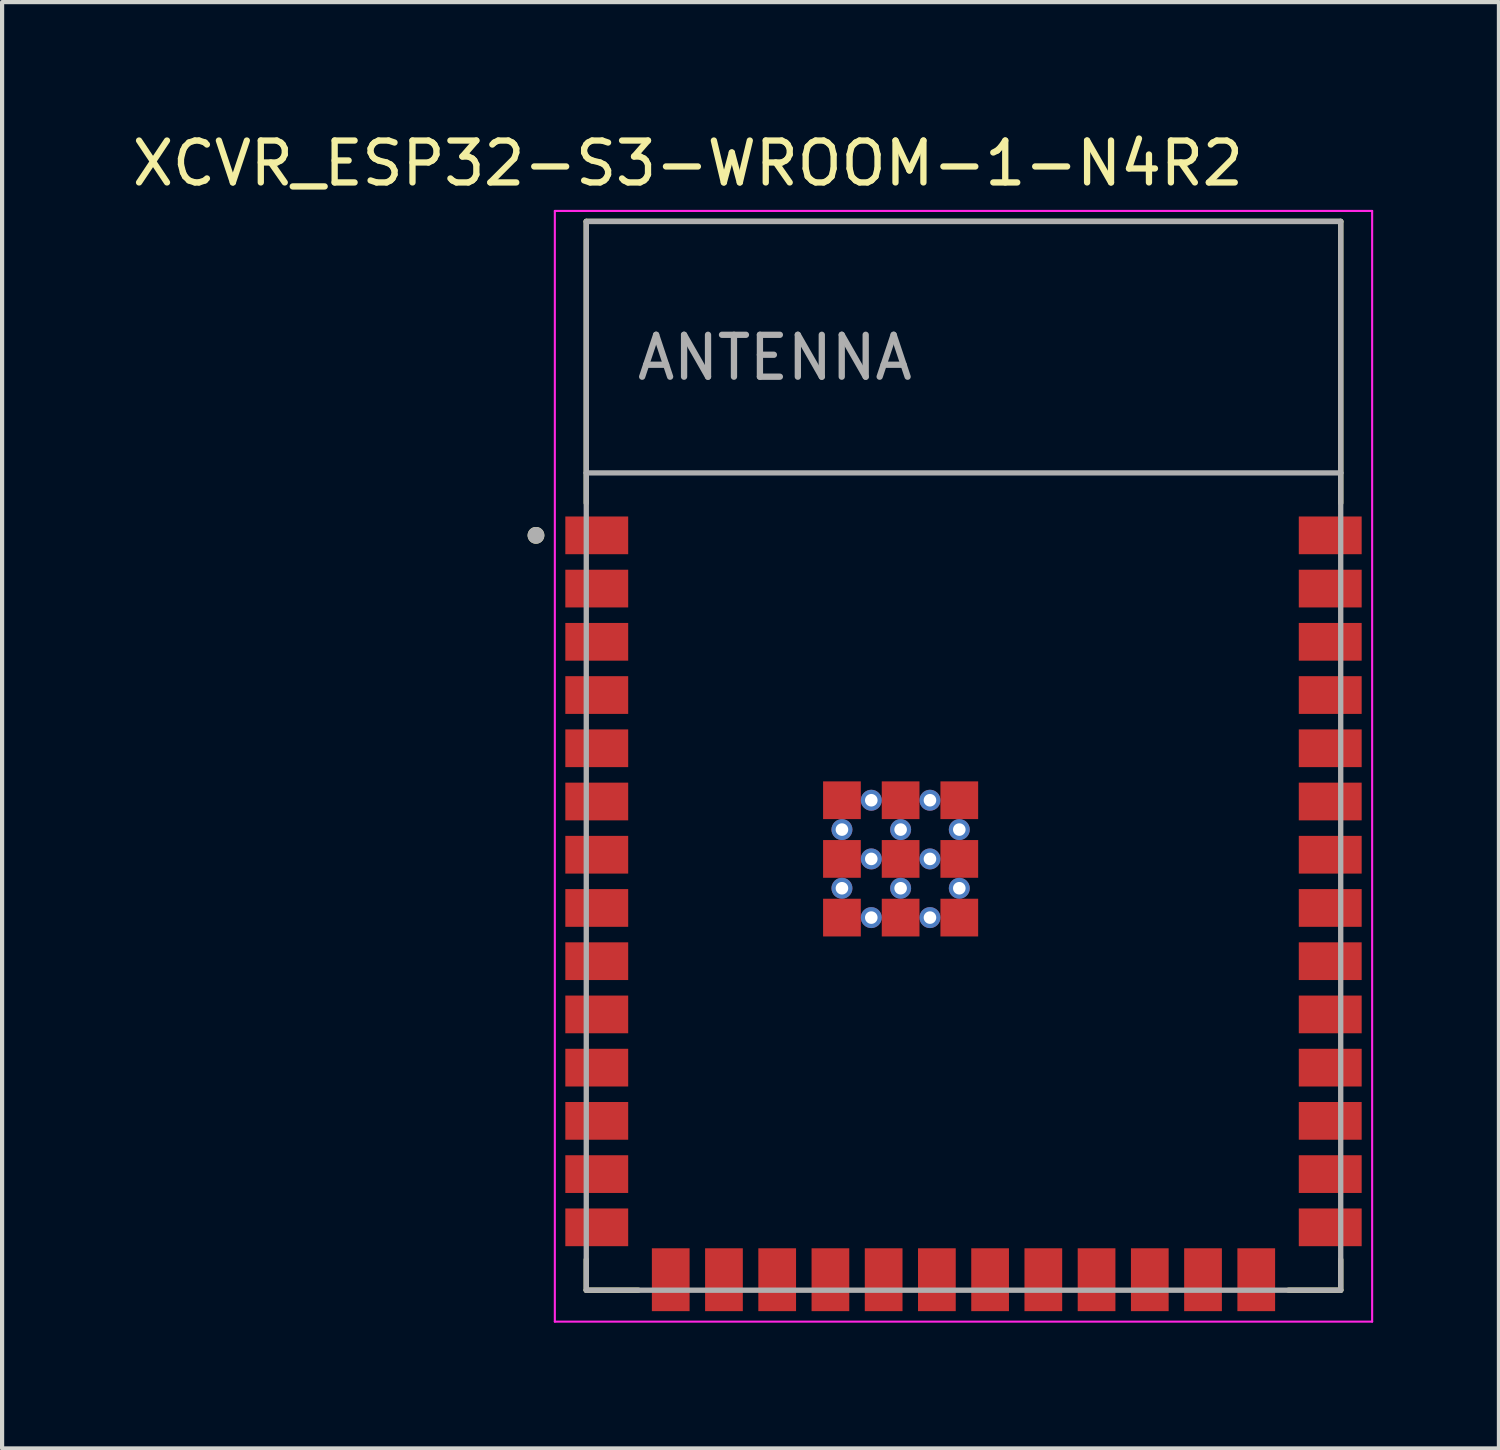
<source format=kicad_pcb>
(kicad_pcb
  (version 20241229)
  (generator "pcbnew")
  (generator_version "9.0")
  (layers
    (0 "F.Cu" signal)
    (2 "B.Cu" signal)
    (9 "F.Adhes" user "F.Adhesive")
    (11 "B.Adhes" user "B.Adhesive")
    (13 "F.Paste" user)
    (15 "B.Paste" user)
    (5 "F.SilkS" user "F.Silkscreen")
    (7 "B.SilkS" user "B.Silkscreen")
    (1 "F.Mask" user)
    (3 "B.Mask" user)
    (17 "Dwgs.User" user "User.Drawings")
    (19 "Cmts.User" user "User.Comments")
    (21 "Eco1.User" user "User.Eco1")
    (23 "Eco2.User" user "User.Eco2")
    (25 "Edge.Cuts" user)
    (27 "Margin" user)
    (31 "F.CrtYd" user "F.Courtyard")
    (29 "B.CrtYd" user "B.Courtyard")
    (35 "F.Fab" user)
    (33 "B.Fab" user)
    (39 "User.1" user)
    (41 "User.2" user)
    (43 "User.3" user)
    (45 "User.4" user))
  (footprint "XCVR_ESP32-S3-WROOM-1-N4R2"
    (layer "F.Cu")
    (at 19.938 14.983)
    (property "Reference" "XCVR_ESP32-S3-WROOM-1-N4R2" (at -6.575 -14.135 0) (layer "F.SilkS") (effects (font (size 1 1) (thickness 0.15))))
    (attr smd)
    (fp_line (start -9 -12.75) (end 9 -12.75) (stroke (width 0.127) (type solid)) (layer "F.SilkS"))
    (fp_line (start -9 -6.03) (end -9 -12.75) (stroke (width 0.127) (type solid)) (layer "F.SilkS"))
    (fp_line (start -9 12.02) (end -9 12.75) (stroke (width 0.127) (type solid)) (layer "F.SilkS"))
    (fp_line (start -9 12.75) (end -7.755 12.75) (stroke (width 0.127) (type solid)) (layer "F.SilkS"))
    (fp_line (start 9 -12.75) (end 9 -6.03) (stroke (width 0.127) (type solid)) (layer "F.SilkS"))
    (fp_line (start 9 12.02) (end 9 12.75) (stroke (width 0.127) (type solid)) (layer "F.SilkS"))
    (fp_line (start 9 12.75) (end 7.755 12.75) (stroke (width 0.127) (type solid)) (layer "F.SilkS"))
    (fp_circle (center -10.2 -5.26) (end -10.1 -5.26) (stroke (width 0.2) (type solid)) (fill no) (layer "F.SilkS"))
    (fp_line (start -9.75 -13) (end 9.75 -13) (stroke (width 0.05) (type solid)) (layer "F.CrtYd"))
    (fp_line (start -9.75 13.5) (end -9.75 -13) (stroke (width 0.05) (type solid)) (layer "F.CrtYd"))
    (fp_line (start -9.75 13.5) (end 9.75 13.5) (stroke (width 0.05) (type solid)) (layer "F.CrtYd"))
    (fp_line (start 9.75 -13) (end 9.75 13.5) (stroke (width 0.05) (type solid)) (layer "F.CrtYd"))
    (fp_line (start -9 -12.75) (end 9 -12.75) (stroke (width 0.127) (type solid)) (layer "F.Fab"))
    (fp_line (start -9 -6.75) (end -9 -12.75) (stroke (width 0.127) (type solid)) (layer "F.Fab"))
    (fp_line (start -9 -6.75) (end 9 -6.75) (stroke (width 0.127) (type solid)) (layer "F.Fab"))
    (fp_line (start -9 12.75) (end -9 -6.75) (stroke (width 0.127) (type solid)) (layer "F.Fab"))
    (fp_line (start 9 -12.75) (end 9 -6.75) (stroke (width 0.127) (type solid)) (layer "F.Fab"))
    (fp_line (start 9 -6.75) (end 9 12.75) (stroke (width 0.127) (type solid)) (layer "F.Fab"))
    (fp_line (start 9 12.75) (end -9 12.75) (stroke (width 0.127) (type solid)) (layer "F.Fab"))
    (fp_circle (center -10.2 -5.26) (end -10.1 -5.26) (stroke (width 0.2) (type solid)) (fill no) (layer "F.Fab"))
    (fp_text user "ANTENNA" (at -4.5 -9.5 0) (layer "F.Fab") (effects (font (size 1 1) (thickness 0.15))))
    (pad "1" smd rect (at -8.75 -5.26) (size 1.5 0.9) (layers "F.Cu" "F.Mask" "F.Paste"))
    (pad "2" smd rect (at -8.75 -3.99) (size 1.5 0.9) (layers "F.Cu" "F.Mask" "F.Paste"))
    (pad "3" smd rect (at -8.75 -2.72) (size 1.5 0.9) (layers "F.Cu" "F.Mask" "F.Paste"))
    (pad "4" smd rect (at -8.75 -1.45) (size 1.5 0.9) (layers "F.Cu" "F.Mask" "F.Paste"))
    (pad "5" smd rect (at -8.75 -0.18) (size 1.5 0.9) (layers "F.Cu" "F.Mask" "F.Paste"))
    (pad "6" smd rect (at -8.75 1.09) (size 1.5 0.9) (layers "F.Cu" "F.Mask" "F.Paste"))
    (pad "7" smd rect (at -8.75 2.36) (size 1.5 0.9) (layers "F.Cu" "F.Mask" "F.Paste"))
    (pad "8" smd rect (at -8.75 3.63) (size 1.5 0.9) (layers "F.Cu" "F.Mask" "F.Paste"))
    (pad "9" smd rect (at -8.75 4.9) (size 1.5 0.9) (layers "F.Cu" "F.Mask" "F.Paste"))
    (pad "10" smd rect (at -8.75 6.17) (size 1.5 0.9) (layers "F.Cu" "F.Mask" "F.Paste"))
    (pad "11" smd rect (at -8.75 7.44) (size 1.5 0.9) (layers "F.Cu" "F.Mask" "F.Paste"))
    (pad "12" smd rect (at -8.75 8.71) (size 1.5 0.9) (layers "F.Cu" "F.Mask" "F.Paste"))
    (pad "13" smd rect (at -8.75 9.98) (size 1.5 0.9) (layers "F.Cu" "F.Mask" "F.Paste"))
    (pad "14" smd rect (at -8.75 11.25) (size 1.5 0.9) (layers "F.Cu" "F.Mask" "F.Paste"))
    (pad "15" smd rect (at -6.985 12.5) (size 0.9 1.5) (layers "F.Cu" "F.Mask" "F.Paste"))
    (pad "16" smd rect (at -5.715 12.5) (size 0.9 1.5) (layers "F.Cu" "F.Mask" "F.Paste"))
    (pad "17" smd rect (at -4.445 12.5) (size 0.9 1.5) (layers "F.Cu" "F.Mask" "F.Paste"))
    (pad "18" smd rect (at -3.175 12.5) (size 0.9 1.5) (layers "F.Cu" "F.Mask" "F.Paste"))
    (pad "19" smd rect (at -1.905 12.5) (size 0.9 1.5) (layers "F.Cu" "F.Mask" "F.Paste"))
    (pad "20" smd rect (at -0.635 12.5) (size 0.9 1.5) (layers "F.Cu" "F.Mask" "F.Paste"))
    (pad "21" smd rect (at 0.635 12.5) (size 0.9 1.5) (layers "F.Cu" "F.Mask" "F.Paste"))
    (pad "22" smd rect (at 1.905 12.5) (size 0.9 1.5) (layers "F.Cu" "F.Mask" "F.Paste"))
    (pad "23" smd rect (at 3.175 12.5) (size 0.9 1.5) (layers "F.Cu" "F.Mask" "F.Paste"))
    (pad "24" smd rect (at 4.445 12.5) (size 0.9 1.5) (layers "F.Cu" "F.Mask" "F.Paste"))
    (pad "25" smd rect (at 5.715 12.5) (size 0.9 1.5) (layers "F.Cu" "F.Mask" "F.Paste"))
    (pad "26" smd rect (at 6.985 12.5) (size 0.9 1.5) (layers "F.Cu" "F.Mask" "F.Paste"))
    (pad "27" smd rect (at 8.75 11.25) (size 1.5 0.9) (layers "F.Cu" "F.Mask" "F.Paste"))
    (pad "28" smd rect (at 8.75 9.98) (size 1.5 0.9) (layers "F.Cu" "F.Mask" "F.Paste"))
    (pad "29" smd rect (at 8.75 8.71) (size 1.5 0.9) (layers "F.Cu" "F.Mask" "F.Paste"))
    (pad "30" smd rect (at 8.75 7.44) (size 1.5 0.9) (layers "F.Cu" "F.Mask" "F.Paste"))
    (pad "31" smd rect (at 8.75 6.17) (size 1.5 0.9) (layers "F.Cu" "F.Mask" "F.Paste"))
    (pad "32" smd rect (at 8.75 4.9) (size 1.5 0.9) (layers "F.Cu" "F.Mask" "F.Paste"))
    (pad "33" smd rect (at 8.75 3.63) (size 1.5 0.9) (layers "F.Cu" "F.Mask" "F.Paste"))
    (pad "34" smd rect (at 8.75 2.36) (size 1.5 0.9) (layers "F.Cu" "F.Mask" "F.Paste"))
    (pad "35" smd rect (at 8.75 1.09) (size 1.5 0.9) (layers "F.Cu" "F.Mask" "F.Paste"))
    (pad "36" smd rect (at 8.75 -0.18) (size 1.5 0.9) (layers "F.Cu" "F.Mask" "F.Paste"))
    (pad "37" smd rect (at 8.75 -1.45) (size 1.5 0.9) (layers "F.Cu" "F.Mask" "F.Paste"))
    (pad "38" smd rect (at 8.75 -2.72) (size 1.5 0.9) (layers "F.Cu" "F.Mask" "F.Paste"))
    (pad "39" smd rect (at 8.75 -3.99) (size 1.5 0.9) (layers "F.Cu" "F.Mask" "F.Paste"))
    (pad "40" smd rect (at 8.75 -5.26) (size 1.5 0.9) (layers "F.Cu" "F.Mask" "F.Paste"))
    (pad "41_1" smd rect (at -1.5 2.46) (size 0.9 0.9) (layers "F.Cu" "F.Mask" "F.Paste"))
    (pad "41_2" smd rect (at -2.9 2.46) (size 0.9 0.9) (layers "F.Cu" "F.Mask" "F.Paste"))
    (pad "41_3" smd rect (at -0.1 2.46) (size 0.9 0.9) (layers "F.Cu" "F.Mask" "F.Paste"))
    (pad "41_4" smd rect (at -2.9 3.86) (size 0.9 0.9) (layers "F.Cu" "F.Mask" "F.Paste"))
    (pad "41_5" smd rect (at -1.5 3.86) (size 0.9 0.9) (layers "F.Cu" "F.Mask" "F.Paste"))
    (pad "41_6" smd rect (at -0.1 3.86) (size 0.9 0.9) (layers "F.Cu" "F.Mask" "F.Paste"))
    (pad "41_7" smd rect (at -2.9 1.06) (size 0.9 0.9) (layers "F.Cu" "F.Mask" "F.Paste"))
    (pad "41_8" smd rect (at -1.5 1.06) (size 0.9 0.9) (layers "F.Cu" "F.Mask" "F.Paste"))
    (pad "41_9" smd rect (at -0.1 1.06) (size 0.9 0.9) (layers "F.Cu" "F.Mask" "F.Paste"))
    (pad "41_10" thru_hole circle (at -1.5 1.76) (size 0.5 0.5) (drill 0.3) (layers "*.Cu"))
    (pad "41_11" thru_hole circle (at -2.9 1.76) (size 0.5 0.5) (drill 0.3) (layers "*.Cu"))
    (pad "41_12" thru_hole circle (at -0.1 1.76) (size 0.5 0.5) (drill 0.3) (layers "*.Cu"))
    (pad "41_13" thru_hole circle (at -2.9 3.16) (size 0.5 0.5) (drill 0.3) (layers "*.Cu"))
    (pad "41_14" thru_hole circle (at -1.5 3.16) (size 0.5 0.5) (drill 0.3) (layers "*.Cu"))
    (pad "41_15" thru_hole circle (at -0.1 3.16) (size 0.5 0.5) (drill 0.3) (layers "*.Cu"))
    (pad "41_16" thru_hole circle (at -2.2 1.06) (size 0.5 0.5) (drill 0.3) (layers "*.Cu"))
    (pad "41_17" thru_hole circle (at -0.8 1.06) (size 0.5 0.5) (drill 0.3) (layers "*.Cu"))
    (pad "41_18" thru_hole circle (at -2.2 2.46) (size 0.5 0.5) (drill 0.3) (layers "*.Cu"))
    (pad "41_19" thru_hole circle (at -0.8 2.46) (size 0.5 0.5) (drill 0.3) (layers "*.Cu"))
    (pad "41_20" thru_hole circle (at -2.2 3.86) (size 0.5 0.5) (drill 0.3) (layers "*.Cu"))
    (pad "41_21" thru_hole circle (at -0.8 3.86) (size 0.5 0.5) (drill 0.3) (layers "*.Cu"))
    (zone (net_name "") (layer "F.Cu") (hatch full 0.508) (connect_pads) (min_thickness 0.01) (filled_areas_thickness no) (keepout (tracks not_allowed) (vias not_allowed) (pads not_allowed) (copperpour not_allowed) (footprints allowed)) (placement (enabled no)) (fill) (polygon (pts (xy 10.938 2.233) (xy 28.938 2.233) (xy 28.938 8.233) (xy 10.938 8.233))))
    (zone (net_name "") (layers "F.Cu" "B.Cu") (hatch full 0.508) (connect_pads) (min_thickness 0.01) (filled_areas_thickness no) (keepout (tracks allowed) (vias not_allowed) (pads allowed) (copperpour allowed) (footprints allowed)) (placement (enabled no)) (fill) (polygon (pts (xy 10.938 2.233) (xy 28.938 2.233) (xy 28.938 8.233) (xy 10.938 8.233))))
    (zone (net_name "") (layer "B.Cu") (hatch full 0.508) (connect_pads) (min_thickness 0.01) (filled_areas_thickness no) (keepout (tracks not_allowed) (vias not_allowed) (pads not_allowed) (copperpour not_allowed) (footprints allowed)) (placement (enabled no)) (fill) (polygon (pts (xy 10.938 2.233) (xy 28.938 2.233) (xy 28.938 8.233) (xy 10.938 8.233)))))
  (gr_rect
    (start -3 -3)
    (end 32.713 31.508)
    (stroke (width 0.1) (type default))
    (fill no)
    (layer "Edge.Cuts")))
</source>
